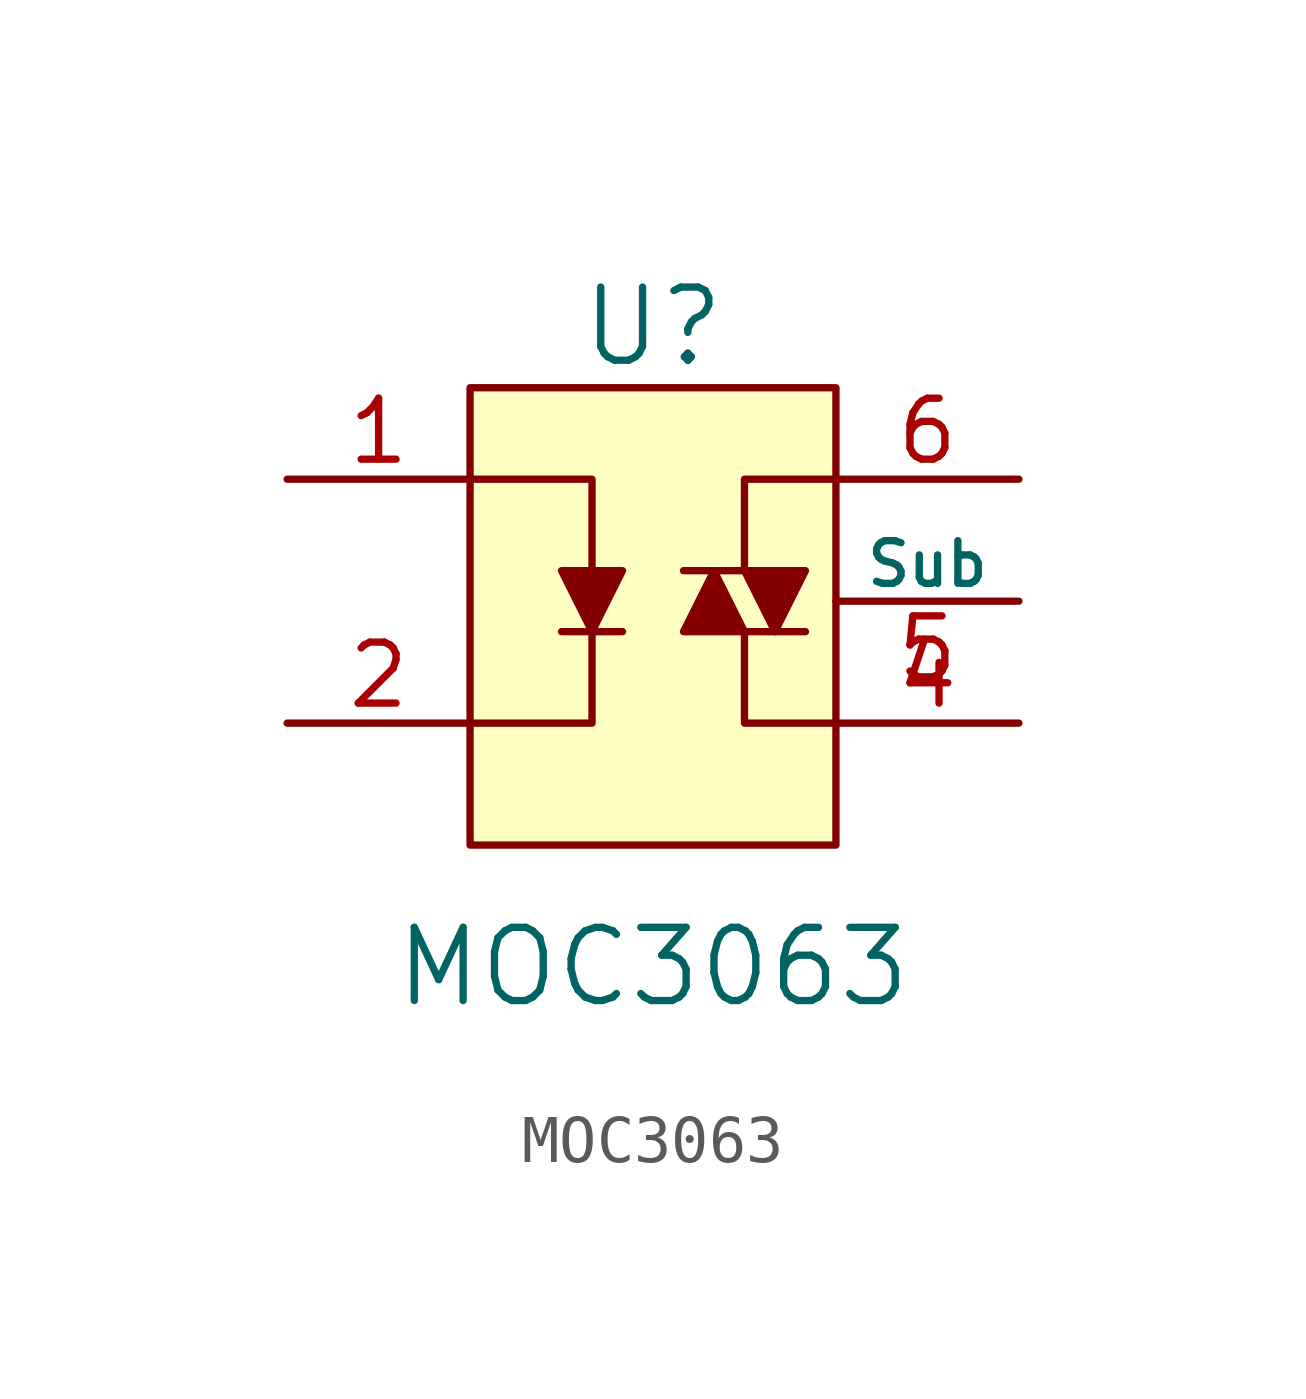
<source format=kicad_sym>
(kicad_symbol_lib
  (version 20201005)
  (generator kicad_symbol_editor)
  (symbol "MOC3063"
    (pin_names
      (offset 0))
    (property "Reference" "U"
      (at 0 5.715 0)
      (effects (font (size 1.524 1.524))))
    (property "Value" "MOC3063"
      (at 0 -7.62 0)
      (effects (font (size 1.524 1.524))))
    (symbol "MOC3063_0_1"
      (rectangle (start -3.81 4.445) (end 3.81 -5.08) (stroke (width 0)) (fill (type background)))
      (polyline (pts (xy -1.905 -0.635) (xy -0.635 -0.635)) (stroke (width 0)) (fill (type none)))
      (polyline (pts (xy 1.905 -0.635) (xy 3.175 -0.635)) (stroke (width 0)) (fill (type none)))
      (polyline (pts (xy 1.905 0.635) (xy 0.635 0.635)) (stroke (width 0)) (fill (type none)))
      (polyline (pts (xy 1.905 -0.635) (xy 1.905 -2.54) (xy 3.81 -2.54)) (stroke (width 0)) (fill (type none)))
      (polyline (pts (xy 3.81 2.54) (xy 1.905 2.54) (xy 1.905 0.635)) (stroke (width 0)) (fill (type none)))
      (polyline (pts (xy -3.81 2.54) (xy -1.27 2.54) (xy -1.27 -2.54) (xy -3.81 -2.54)) (stroke (width 0)) (fill (type none)))
      (polyline (pts (xy -1.905 0.635) (xy -1.27 -0.635) (xy -0.635 0.635) (xy -1.905 0.635)) (stroke (width 0)) (fill (type outline)))
      (polyline (pts (xy 0.635 -0.635) (xy 1.27 0.635) (xy 1.905 -0.635) (xy 0.635 -0.635)) (stroke (width 0)) (fill (type outline)))
      (polyline (pts (xy 1.905 0.635) (xy 2.54 -0.635) (xy 3.175 0.635) (xy 1.905 0.635)) (stroke (width 0)) (fill (type outline))))
    (symbol "MOC3063_1_1"
      (pin passive line (at -7.62 2.54 0) (length 3.81) (name "~" (effects (font (size 1.27 1.27)))) (number "1" (effects (font (size 1.27 1.27)))))
      (pin passive line (at -7.62 -2.54 0) (length 3.81) (name "~" (effects (font (size 1.27 1.27)))) (number "2" (effects (font (size 1.27 1.27)))))
      (pin no_connect line (at 0 -5.08 90) (length 3.81) hide (name "NC" (effects (font (size 1.016 1.016)))) (number "3" (effects (font (size 1.27 1.27)))))
      (pin passive line (at 7.62 -2.54 180) (length 3.81) (name "~" (effects (font (size 1.27 1.27)))) (number "4" (effects (font (size 1.27 1.27)))))
      (pin passive line (at 7.62 0 180) (length 3.81) (name "Sub" (effects (font (size 0.889 0.889)))) (number "5" (effects (font (size 1.27 1.27)))))
      (pin passive line (at 7.62 2.54 180) (length 3.81) (name "~" (effects (font (size 1.27 1.27)))) (number "6" (effects (font (size 1.27 1.27))))))))
</source>
